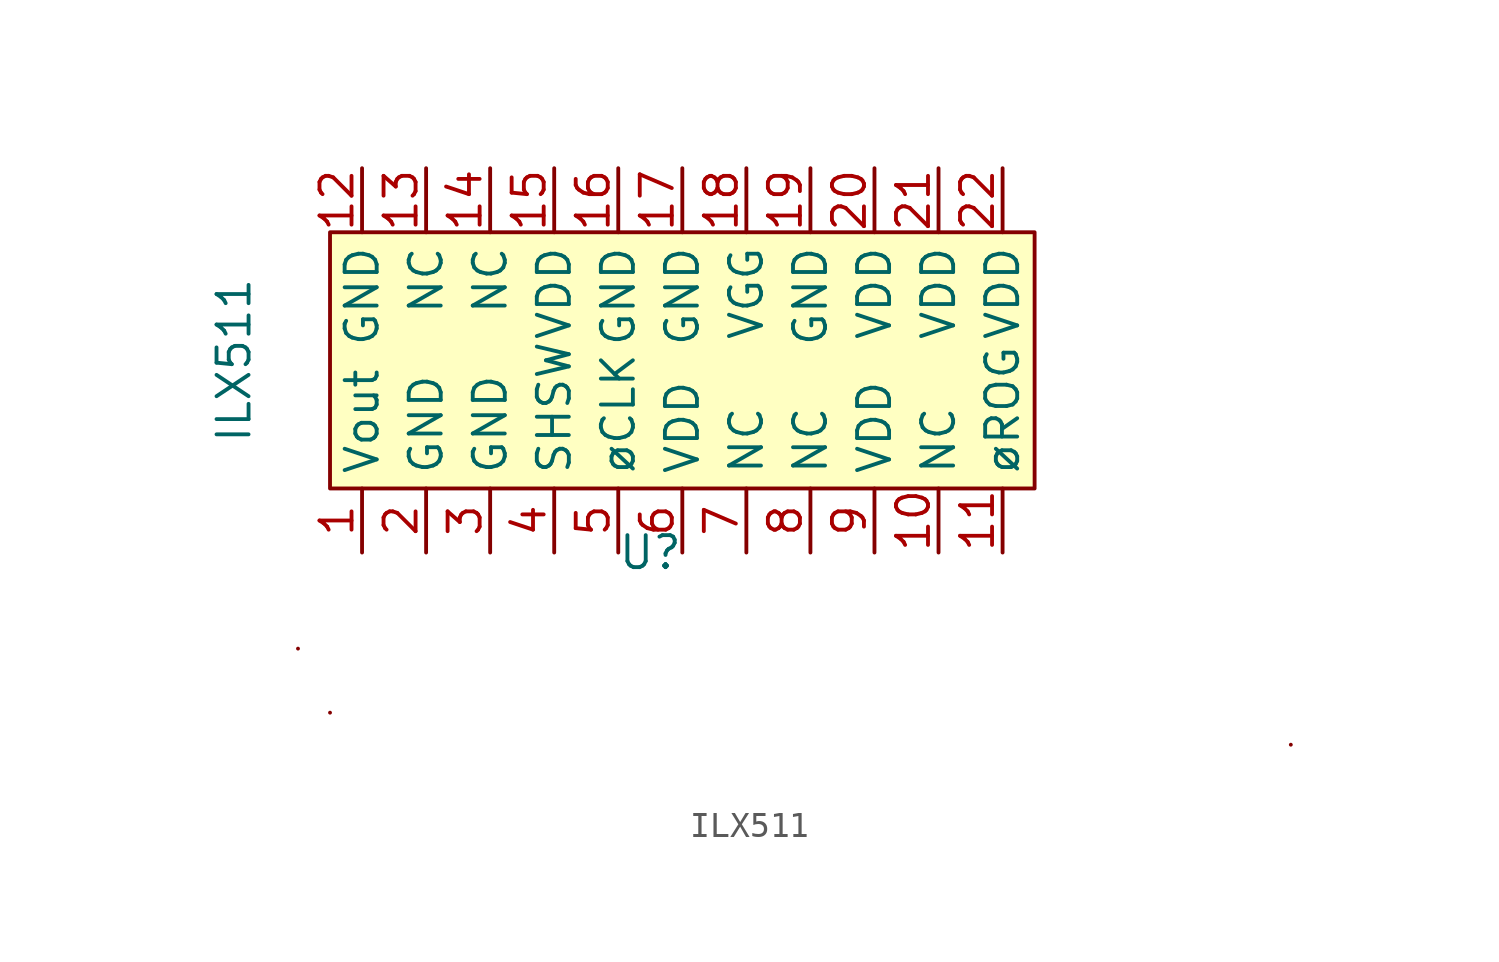
<source format=kicad_sym>
(kicad_symbol_lib
  (version 20220914)
  (generator kicad_symbol_editor)
  (symbol "ILX511"
    (property "Reference" "U"
      (at 0 0 0)
      (effects (font (size 1.27 1.27))))
    (property "Value" "ILX511"
      (at -16.51 7.62 90)
      (effects (font (size 1.27 1.27))))
    (symbol "ILX511_0_1"
      (rectangle (start -13.97 -3.81) (end -13.97 -3.81) (stroke (width 0) (type default)) (fill (type none)))
      (rectangle (start -12.7 -6.35) (end -12.7 -6.35) (stroke (width 0) (type default)) (fill (type none)))
      (rectangle (start 25.4 -7.62) (end 25.4 -7.62) (stroke (width 0) (type default)) (fill (type none))))
    (symbol "ILX511_1_1"
      (rectangle (start -12.7 12.7) (end 15.24 2.54) (stroke (width 0) (type default)) (fill (type background)))
      (pin output line (at -11.43 0 90) (length 2.54) (name "Vout" (effects (font (size 1.27 1.27)))) (number "1" (effects (font (size 1.27 1.27)))))
      (pin input line (at 11.43 0 90) (length 2.54) (name "NC" (effects (font (size 1.27 1.27)))) (number "10" (effects (font (size 1.27 1.27)))))
      (pin input line (at 13.97 0 90) (length 2.54) (name "øROG" (effects (font (size 1.27 1.27)))) (number "11" (effects (font (size 1.27 1.27)))))
      (pin input line (at -11.43 15.24 270) (length 2.54) (name "GND" (effects (font (size 1.27 1.27)))) (number "12" (effects (font (size 1.27 1.27)))))
      (pin input line (at -8.89 15.24 270) (length 2.54) (name "NC" (effects (font (size 1.27 1.27)))) (number "13" (effects (font (size 1.27 1.27)))))
      (pin input line (at -6.35 15.24 270) (length 2.54) (name "NC" (effects (font (size 1.27 1.27)))) (number "14" (effects (font (size 1.27 1.27)))))
      (pin input line (at -3.81 15.24 270) (length 2.54) (name "VDD" (effects (font (size 1.27 1.27)))) (number "15" (effects (font (size 1.27 1.27)))))
      (pin input line (at -1.27 15.24 270) (length 2.54) (name "GND" (effects (font (size 1.27 1.27)))) (number "16" (effects (font (size 1.27 1.27)))))
      (pin input line (at 1.27 15.24 270) (length 2.54) (name "GND" (effects (font (size 1.27 1.27)))) (number "17" (effects (font (size 1.27 1.27)))))
      (pin input line (at 3.81 15.24 270) (length 2.54) (name "VGG" (effects (font (size 1.27 1.27)))) (number "18" (effects (font (size 1.27 1.27)))))
      (pin input line (at 6.35 15.24 270) (length 2.54) (name "GND" (effects (font (size 1.27 1.27)))) (number "19" (effects (font (size 1.27 1.27)))))
      (pin input line (at -8.89 0 90) (length 2.54) (name "GND" (effects (font (size 1.27 1.27)))) (number "2" (effects (font (size 1.27 1.27)))))
      (pin input line (at 8.89 15.24 270) (length 2.54) (name "VDD" (effects (font (size 1.27 1.27)))) (number "20" (effects (font (size 1.27 1.27)))))
      (pin input line (at 11.43 15.24 270) (length 2.54) (name "VDD" (effects (font (size 1.27 1.27)))) (number "21" (effects (font (size 1.27 1.27)))))
      (pin input line (at 13.97 15.24 270) (length 2.54) (name "VDD" (effects (font (size 1.27 1.27)))) (number "22" (effects (font (size 1.27 1.27)))))
      (pin input line (at -6.35 0 90) (length 2.54) (name "GND" (effects (font (size 1.27 1.27)))) (number "3" (effects (font (size 1.27 1.27)))))
      (pin input line (at -3.81 0 90) (length 2.54) (name "SHSW" (effects (font (size 1.27 1.27)))) (number "4" (effects (font (size 1.27 1.27)))))
      (pin input line (at -1.27 0 90) (length 2.54) (name "øCLK" (effects (font (size 1.27 1.27)))) (number "5" (effects (font (size 1.27 1.27)))))
      (pin input line (at 1.27 0 90) (length 2.54) (name "VDD" (effects (font (size 1.27 1.27)))) (number "6" (effects (font (size 1.27 1.27)))))
      (pin input line (at 3.81 0 90) (length 2.54) (name "NC" (effects (font (size 1.27 1.27)))) (number "7" (effects (font (size 1.27 1.27)))))
      (pin input line (at 6.35 0 90) (length 2.54) (name "NC" (effects (font (size 1.27 1.27)))) (number "8" (effects (font (size 1.27 1.27)))))
      (pin input line (at 8.89 0 90) (length 2.54) (name "VDD" (effects (font (size 1.27 1.27)))) (number "9" (effects (font (size 1.27 1.27))))))))
</source>
